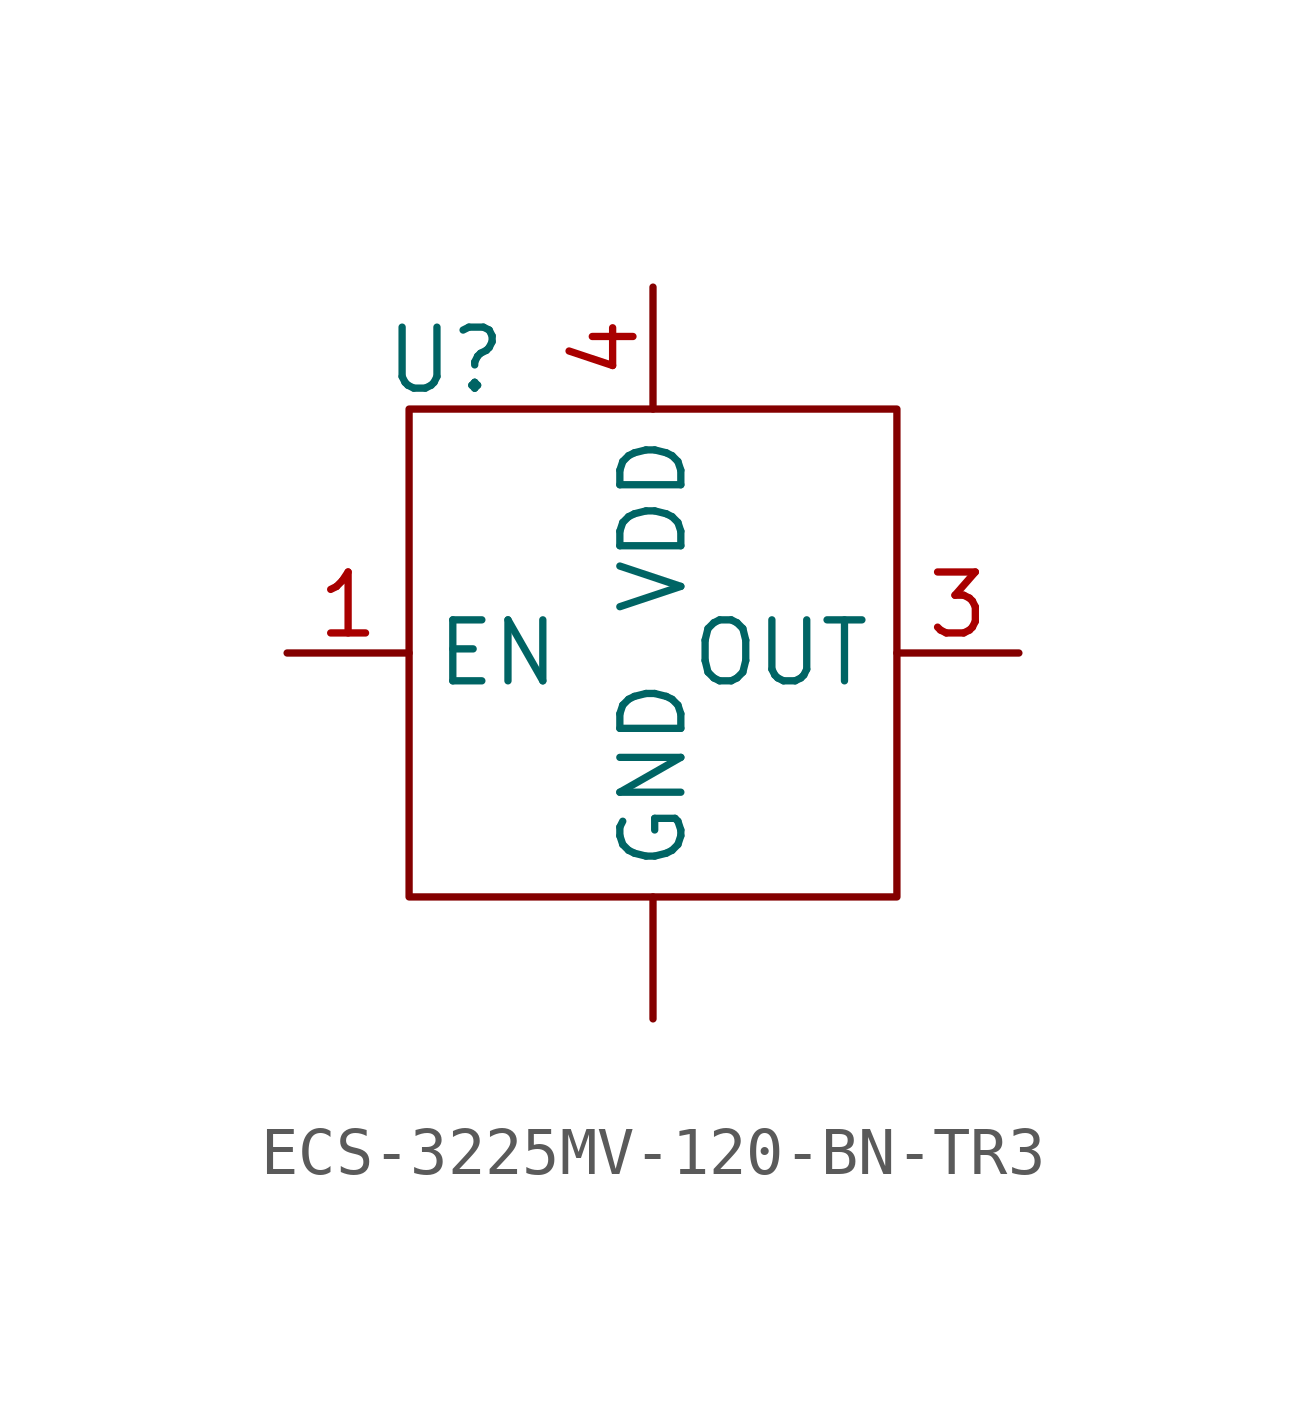
<source format=kicad_sym>
(kicad_symbol_lib
  (version 20241209)
  (generator "kicad_symbol_editor")
  (generator_version "9.0")
  (symbol "ECS-3225MV-120-BN-TR3"
    (property "Reference" "U"
      (at -4.318 6.096 0)
      (effects (font (size 1.27 1.27))))
    (property "Value" ""
      (at 0 0 0)
      (effects (font (size 1.27 1.27))))
    (symbol "ECS-3225MV-120-BN-TR3_0_1"
      (rectangle (start -5.08 5.08) (end 5.08 -5.08) (stroke (width 0) (type default)) (fill (type none))))
    (symbol "ECS-3225MV-120-BN-TR3_1_1"
      (pin output line (at -7.62 0 0) (length 2.54) (name "EN" (effects (font (size 1.27 1.27)))) (number "1" (effects (font (size 1.27 1.27)))))
      (pin power_in line (at 0 7.62 270) (length 2.54) (name "VDD" (effects (font (size 1.27 1.27)))) (number "4" (effects (font (size 1.27 1.27)))))
      (pin input line (at 0 -7.62 90) (length 2.54) (name "GND" (effects (font (size 1.27 1.27)))) (number "" (effects (font (size 1.27 1.27)))))
      (pin output line (at 7.62 0 180) (length 2.54) (name "OUT" (effects (font (size 1.27 1.27)))) (number "3" (effects (font (size 1.27 1.27))))))))
</source>
